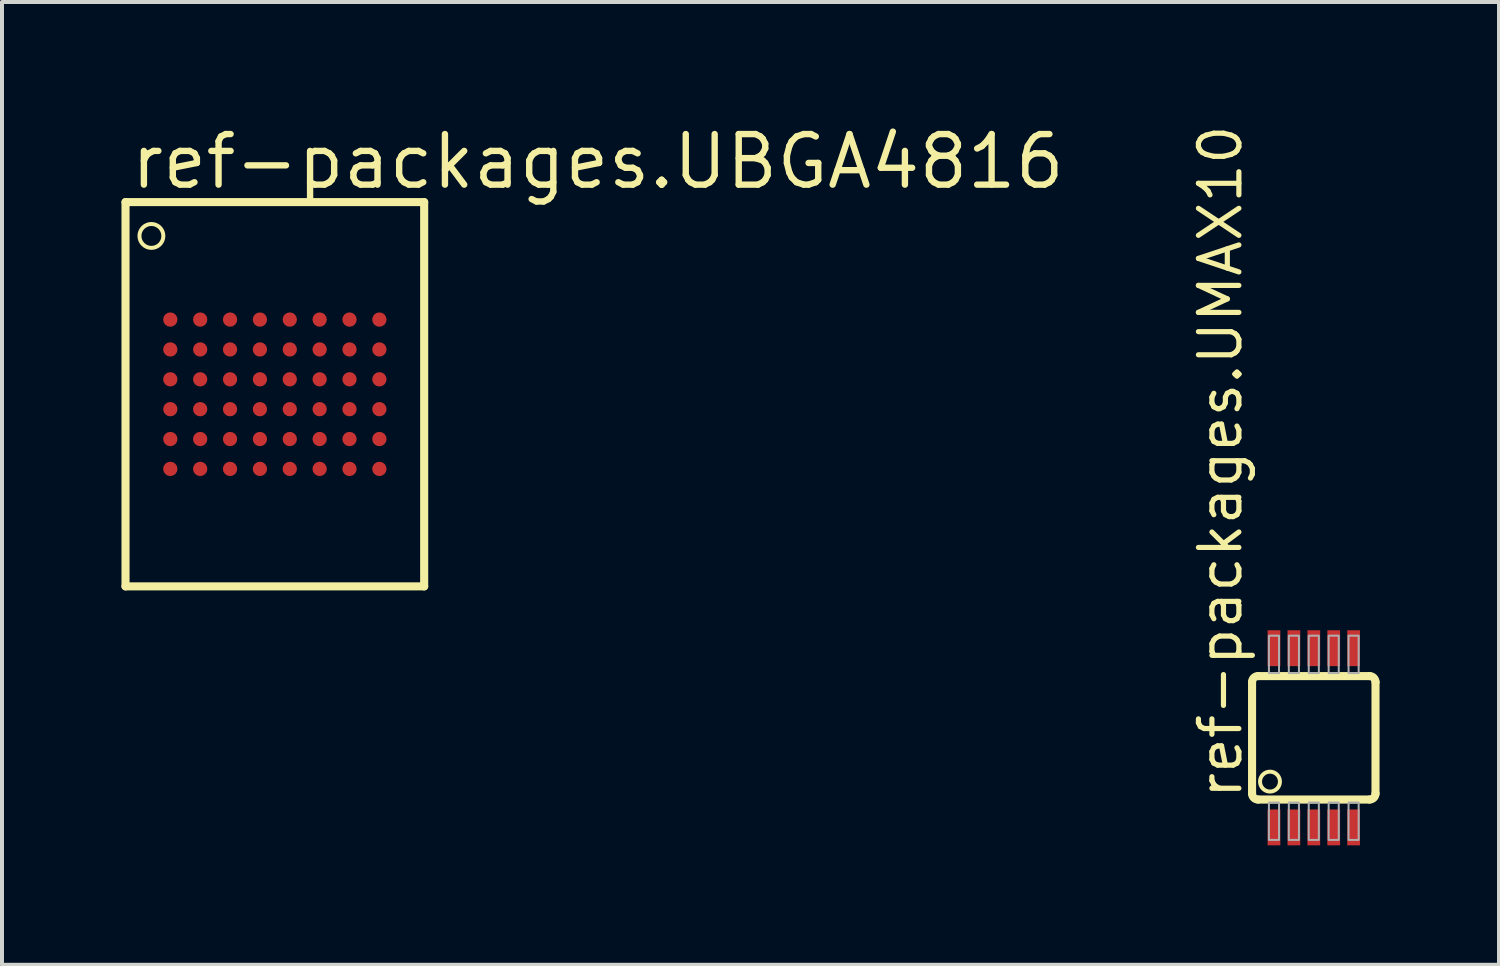
<source format=kicad_pcb>
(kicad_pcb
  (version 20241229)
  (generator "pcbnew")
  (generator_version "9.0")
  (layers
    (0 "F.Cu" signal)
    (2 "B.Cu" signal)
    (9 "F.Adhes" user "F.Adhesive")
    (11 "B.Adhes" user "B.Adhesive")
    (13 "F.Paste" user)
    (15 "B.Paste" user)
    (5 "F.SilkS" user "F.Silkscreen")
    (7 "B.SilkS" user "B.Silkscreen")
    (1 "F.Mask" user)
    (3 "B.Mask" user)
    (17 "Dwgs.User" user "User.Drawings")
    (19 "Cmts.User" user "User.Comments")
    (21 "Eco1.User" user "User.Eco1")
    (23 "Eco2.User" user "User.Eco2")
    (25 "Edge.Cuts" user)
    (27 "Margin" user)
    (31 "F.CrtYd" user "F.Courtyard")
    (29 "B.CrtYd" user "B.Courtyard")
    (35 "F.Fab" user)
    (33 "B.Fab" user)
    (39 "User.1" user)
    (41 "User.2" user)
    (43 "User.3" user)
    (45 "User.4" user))
  (footprint "ref-packages.UBGA4816"
    (layer "F.Cu")
    (at 3.852 6.85)
    (property "Reference" "ref-packages.UBGA4816" (at -3.696 -5.1 0) (layer "F.SilkS") (effects (font (size 1.27 1.27) (thickness 0.16)) (justify left bottom)))
    (attr smd)
    (fp_line (start -3.75 -4.825) (end -3.75 4.825) (stroke (width 0.203) (type default)) (layer "F.SilkS"))
    (fp_line (start -3.75 4.825) (end 3.75 4.825) (stroke (width 0.203) (type default)) (layer "F.SilkS"))
    (fp_line (start 3.75 -4.825) (end -3.75 -4.825) (stroke (width 0.203) (type default)) (layer "F.SilkS"))
    (fp_line (start 3.75 4.825) (end 3.75 -4.825) (stroke (width 0.203) (type default)) (layer "F.SilkS"))
    (fp_circle (center -3.1 -3.975) (end -2.8 -3.975) (stroke (width 0.1) (type default)) (fill no) (layer "F.SilkS"))
    (pad "A1" smd roundrect (at -2.625 -1.875) (size 0.36 0.36) (layers "F.Cu" "F.Mask" "F.Paste") (roundrect_rratio 0.5))
    (pad "A2" smd roundrect (at -1.875 -1.875) (size 0.36 0.36) (layers "F.Cu" "F.Mask" "F.Paste") (roundrect_rratio 0.5))
    (pad "A3" smd roundrect (at -1.125 -1.875) (size 0.36 0.36) (layers "F.Cu" "F.Mask" "F.Paste") (roundrect_rratio 0.5))
    (pad "A4" smd roundrect (at -0.375 -1.875) (size 0.36 0.36) (layers "F.Cu" "F.Mask" "F.Paste") (roundrect_rratio 0.5))
    (pad "A5" smd roundrect (at 0.375 -1.875) (size 0.36 0.36) (layers "F.Cu" "F.Mask" "F.Paste") (roundrect_rratio 0.5))
    (pad "A6" smd roundrect (at 1.125 -1.875) (size 0.36 0.36) (layers "F.Cu" "F.Mask" "F.Paste") (roundrect_rratio 0.5))
    (pad "A7" smd roundrect (at 1.875 -1.875) (size 0.36 0.36) (layers "F.Cu" "F.Mask" "F.Paste") (roundrect_rratio 0.5))
    (pad "A8" smd roundrect (at 2.625 -1.875) (size 0.36 0.36) (layers "F.Cu" "F.Mask" "F.Paste") (roundrect_rratio 0.5))
    (pad "B1" smd roundrect (at -2.625 -1.125) (size 0.36 0.36) (layers "F.Cu" "F.Mask" "F.Paste") (roundrect_rratio 0.5))
    (pad "B2" smd roundrect (at -1.875 -1.125) (size 0.36 0.36) (layers "F.Cu" "F.Mask" "F.Paste") (roundrect_rratio 0.5))
    (pad "B3" smd roundrect (at -1.125 -1.125) (size 0.36 0.36) (layers "F.Cu" "F.Mask" "F.Paste") (roundrect_rratio 0.5))
    (pad "B4" smd roundrect (at -0.375 -1.125) (size 0.36 0.36) (layers "F.Cu" "F.Mask" "F.Paste") (roundrect_rratio 0.5))
    (pad "B5" smd roundrect (at 0.375 -1.125) (size 0.36 0.36) (layers "F.Cu" "F.Mask" "F.Paste") (roundrect_rratio 0.5))
    (pad "B6" smd roundrect (at 1.125 -1.125) (size 0.36 0.36) (layers "F.Cu" "F.Mask" "F.Paste") (roundrect_rratio 0.5))
    (pad "B7" smd roundrect (at 1.875 -1.125) (size 0.36 0.36) (layers "F.Cu" "F.Mask" "F.Paste") (roundrect_rratio 0.5))
    (pad "B8" smd roundrect (at 2.625 -1.125) (size 0.36 0.36) (layers "F.Cu" "F.Mask" "F.Paste") (roundrect_rratio 0.5))
    (pad "C1" smd roundrect (at -2.625 -0.375) (size 0.36 0.36) (layers "F.Cu" "F.Mask" "F.Paste") (roundrect_rratio 0.5))
    (pad "C2" smd roundrect (at -1.875 -0.375) (size 0.36 0.36) (layers "F.Cu" "F.Mask" "F.Paste") (roundrect_rratio 0.5))
    (pad "C3" smd roundrect (at -1.125 -0.375) (size 0.36 0.36) (layers "F.Cu" "F.Mask" "F.Paste") (roundrect_rratio 0.5))
    (pad "C4" smd roundrect (at -0.375 -0.375) (size 0.36 0.36) (layers "F.Cu" "F.Mask" "F.Paste") (roundrect_rratio 0.5))
    (pad "C5" smd roundrect (at 0.375 -0.375) (size 0.36 0.36) (layers "F.Cu" "F.Mask" "F.Paste") (roundrect_rratio 0.5))
    (pad "C6" smd roundrect (at 1.125 -0.375) (size 0.36 0.36) (layers "F.Cu" "F.Mask" "F.Paste") (roundrect_rratio 0.5))
    (pad "C7" smd roundrect (at 1.875 -0.375) (size 0.36 0.36) (layers "F.Cu" "F.Mask" "F.Paste") (roundrect_rratio 0.5))
    (pad "C8" smd roundrect (at 2.625 -0.375) (size 0.36 0.36) (layers "F.Cu" "F.Mask" "F.Paste") (roundrect_rratio 0.5))
    (pad "D1" smd roundrect (at -2.625 0.375) (size 0.36 0.36) (layers "F.Cu" "F.Mask" "F.Paste") (roundrect_rratio 0.5))
    (pad "D2" smd roundrect (at -1.875 0.375) (size 0.36 0.36) (layers "F.Cu" "F.Mask" "F.Paste") (roundrect_rratio 0.5))
    (pad "D3" smd roundrect (at -1.125 0.375) (size 0.36 0.36) (layers "F.Cu" "F.Mask" "F.Paste") (roundrect_rratio 0.5))
    (pad "D4" smd roundrect (at -0.375 0.375) (size 0.36 0.36) (layers "F.Cu" "F.Mask" "F.Paste") (roundrect_rratio 0.5))
    (pad "D5" smd roundrect (at 0.375 0.375) (size 0.36 0.36) (layers "F.Cu" "F.Mask" "F.Paste") (roundrect_rratio 0.5))
    (pad "D6" smd roundrect (at 1.125 0.375) (size 0.36 0.36) (layers "F.Cu" "F.Mask" "F.Paste") (roundrect_rratio 0.5))
    (pad "D7" smd roundrect (at 1.875 0.375) (size 0.36 0.36) (layers "F.Cu" "F.Mask" "F.Paste") (roundrect_rratio 0.5))
    (pad "D8" smd roundrect (at 2.625 0.375) (size 0.36 0.36) (layers "F.Cu" "F.Mask" "F.Paste") (roundrect_rratio 0.5))
    (pad "E1" smd roundrect (at -2.625 1.125) (size 0.36 0.36) (layers "F.Cu" "F.Mask" "F.Paste") (roundrect_rratio 0.5))
    (pad "E2" smd roundrect (at -1.875 1.125) (size 0.36 0.36) (layers "F.Cu" "F.Mask" "F.Paste") (roundrect_rratio 0.5))
    (pad "E3" smd roundrect (at -1.125 1.125) (size 0.36 0.36) (layers "F.Cu" "F.Mask" "F.Paste") (roundrect_rratio 0.5))
    (pad "E4" smd roundrect (at -0.375 1.125) (size 0.36 0.36) (layers "F.Cu" "F.Mask" "F.Paste") (roundrect_rratio 0.5))
    (pad "E5" smd roundrect (at 0.375 1.125) (size 0.36 0.36) (layers "F.Cu" "F.Mask" "F.Paste") (roundrect_rratio 0.5))
    (pad "E6" smd roundrect (at 1.125 1.125) (size 0.36 0.36) (layers "F.Cu" "F.Mask" "F.Paste") (roundrect_rratio 0.5))
    (pad "E7" smd roundrect (at 1.875 1.125) (size 0.36 0.36) (layers "F.Cu" "F.Mask" "F.Paste") (roundrect_rratio 0.5))
    (pad "E8" smd roundrect (at 2.625 1.125) (size 0.36 0.36) (layers "F.Cu" "F.Mask" "F.Paste") (roundrect_rratio 0.5))
    (pad "F1" smd roundrect (at -2.625 1.875) (size 0.36 0.36) (layers "F.Cu" "F.Mask" "F.Paste") (roundrect_rratio 0.5))
    (pad "F2" smd roundrect (at -1.875 1.875) (size 0.36 0.36) (layers "F.Cu" "F.Mask" "F.Paste") (roundrect_rratio 0.5))
    (pad "F3" smd roundrect (at -1.125 1.875) (size 0.36 0.36) (layers "F.Cu" "F.Mask" "F.Paste") (roundrect_rratio 0.5))
    (pad "F4" smd roundrect (at -0.375 1.875) (size 0.36 0.36) (layers "F.Cu" "F.Mask" "F.Paste") (roundrect_rratio 0.5))
    (pad "F5" smd roundrect (at 0.375 1.875) (size 0.36 0.36) (layers "F.Cu" "F.Mask" "F.Paste") (roundrect_rratio 0.5))
    (pad "F6" smd roundrect (at 1.125 1.875) (size 0.36 0.36) (layers "F.Cu" "F.Mask" "F.Paste") (roundrect_rratio 0.5))
    (pad "F7" smd roundrect (at 1.875 1.875) (size 0.36 0.36) (layers "F.Cu" "F.Mask" "F.Paste") (roundrect_rratio 0.5))
    (pad "F8" smd roundrect (at 2.625 1.875) (size 0.36 0.36) (layers "F.Cu" "F.Mask" "F.Paste") (roundrect_rratio 0.5)))
  (footprint "ref-packages.UMAX10"
    (layer "F.Cu")
    (at 29.942 15.478)
    (property "Reference" "ref-packages.UMAX10" (at -1.75 1.594 90) (layer "F.SilkS") (effects (font (size 1.016 1.016) (thickness 0.13)) (justify left bottom)))
    (attr smd)
    (fp_line (start -1.55 1.4) (end -1.55 -1.4) (stroke (width 0.203) (type default)) (layer "F.SilkS"))
    (fp_line (start -1.4 -1.55) (end 1.4 -1.55) (stroke (width 0.203) (type default)) (layer "F.SilkS"))
    (fp_line (start 1.4 1.55) (end -1.4 1.55) (stroke (width 0.203) (type default)) (layer "F.SilkS"))
    (fp_line (start 1.55 -1.4) (end 1.55 1.4) (stroke (width 0.203) (type default)) (layer "F.SilkS"))
    (fp_arc (start -1.55 -1.4) (mid -1.506066 -1.506066) (end -1.4 -1.55) (stroke (width 0.2032) (type default)) (layer "F.SilkS"))
    (fp_arc (start -1.4 1.55) (mid -1.506066 1.506066) (end -1.55 1.4) (stroke (width 0.2032) (type default)) (layer "F.SilkS"))
    (fp_arc (start 1.4 -1.55) (mid 1.506066 -1.506066) (end 1.55 -1.4) (stroke (width 0.2032) (type default)) (layer "F.SilkS"))
    (fp_arc (start 1.55 1.4) (mid 1.506066 1.506066) (end 1.4 1.55) (stroke (width 0.2032) (type default)) (layer "F.SilkS"))
    (fp_circle (center -1.1 1.1) (end -0.85 1.1) (stroke (width 0.1) (type default)) (fill no) (layer "F.SilkS"))
    (fp_rect (start -1.127 -1.626) (end -0.873 -2.565) (stroke (width 0.05) (type default)) (fill no) (layer "F.Fab"))
    (fp_rect (start -1.127 2.565) (end -0.873 1.626) (stroke (width 0.05) (type default)) (fill no) (layer "F.Fab"))
    (fp_rect (start -0.627 -1.626) (end -0.373 -2.565) (stroke (width 0.05) (type default)) (fill no) (layer "F.Fab"))
    (fp_rect (start -0.627 2.565) (end -0.373 1.626) (stroke (width 0.05) (type default)) (fill no) (layer "F.Fab"))
    (fp_rect (start -0.127 -1.626) (end 0.127 -2.565) (stroke (width 0.05) (type default)) (fill no) (layer "F.Fab"))
    (fp_rect (start -0.127 2.565) (end 0.127 1.626) (stroke (width 0.05) (type default)) (fill no) (layer "F.Fab"))
    (fp_rect (start 0.373 -1.626) (end 0.627 -2.565) (stroke (width 0.05) (type default)) (fill no) (layer "F.Fab"))
    (fp_rect (start 0.373 2.565) (end 0.627 1.626) (stroke (width 0.05) (type default)) (fill no) (layer "F.Fab"))
    (fp_rect (start 0.873 -1.626) (end 1.127 -2.565) (stroke (width 0.05) (type default)) (fill no) (layer "F.Fab"))
    (fp_rect (start 0.873 2.565) (end 1.127 1.626) (stroke (width 0.05) (type default)) (fill no) (layer "F.Fab"))
    (pad "1" smd roundrect (at -1 2.25) (size 0.32 0.9) (layers "F.Cu" "F.Mask" "F.Paste") (roundrect_rratio 0.01))
    (pad "2" smd roundrect (at -0.5 2.25) (size 0.32 0.9) (layers "F.Cu" "F.Mask" "F.Paste") (roundrect_rratio 0.01))
    (pad "3" smd roundrect (at 0 2.25) (size 0.32 0.9) (layers "F.Cu" "F.Mask" "F.Paste") (roundrect_rratio 0.01))
    (pad "4" smd roundrect (at 0.5 2.25) (size 0.32 0.9) (layers "F.Cu" "F.Mask" "F.Paste") (roundrect_rratio 0.01))
    (pad "5" smd roundrect (at 1 2.25) (size 0.32 0.9) (layers "F.Cu" "F.Mask" "F.Paste") (roundrect_rratio 0.01))
    (pad "6" smd roundrect (at 1 -2.25) (size 0.32 0.9) (layers "F.Cu" "F.Mask" "F.Paste") (roundrect_rratio 0.01))
    (pad "7" smd roundrect (at 0.5 -2.25) (size 0.32 0.9) (layers "F.Cu" "F.Mask" "F.Paste") (roundrect_rratio 0.01))
    (pad "8" smd roundrect (at 0 -2.25) (size 0.32 0.9) (layers "F.Cu" "F.Mask" "F.Paste") (roundrect_rratio 0.01))
    (pad "9" smd roundrect (at -0.5 -2.25) (size 0.32 0.9) (layers "F.Cu" "F.Mask" "F.Paste") (roundrect_rratio 0.01))
    (pad "10" smd roundrect (at -1 -2.25) (size 0.32 0.9) (layers "F.Cu" "F.Mask" "F.Paste") (roundrect_rratio 0.01)))
  (gr_rect
    (start -3 -3)
    (end 34.593 21.178)
    (stroke (width 0.1) (type default))
    (fill no)
    (layer "Edge.Cuts")))
</source>
